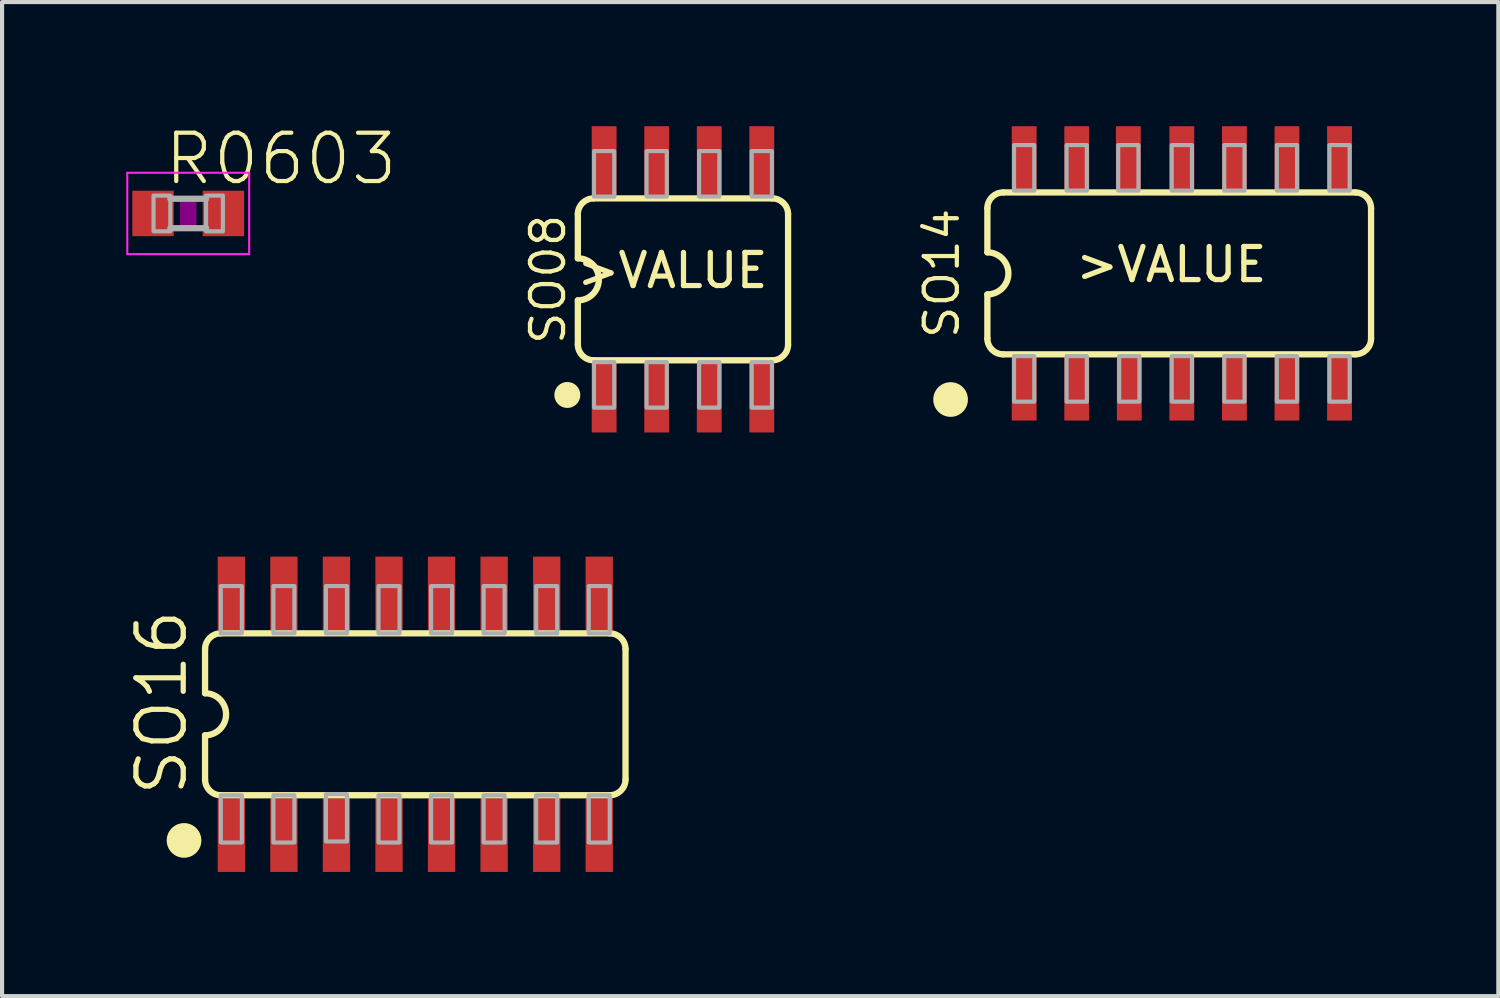
<source format=kicad_pcb>
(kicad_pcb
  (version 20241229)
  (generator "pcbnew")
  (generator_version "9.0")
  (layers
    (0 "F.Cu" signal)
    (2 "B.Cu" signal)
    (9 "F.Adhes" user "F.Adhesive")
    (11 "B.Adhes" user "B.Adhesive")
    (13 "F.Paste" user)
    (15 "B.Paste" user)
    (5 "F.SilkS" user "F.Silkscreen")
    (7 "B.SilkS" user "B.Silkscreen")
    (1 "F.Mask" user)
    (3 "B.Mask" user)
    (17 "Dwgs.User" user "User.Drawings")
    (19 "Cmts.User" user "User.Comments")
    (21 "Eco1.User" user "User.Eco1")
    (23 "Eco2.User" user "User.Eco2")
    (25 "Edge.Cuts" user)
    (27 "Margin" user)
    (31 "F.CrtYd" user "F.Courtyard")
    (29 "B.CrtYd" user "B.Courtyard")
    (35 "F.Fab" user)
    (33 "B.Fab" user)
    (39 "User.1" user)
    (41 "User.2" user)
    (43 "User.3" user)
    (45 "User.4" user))
  (footprint "SO16"
    (layer "F.Cu")
    (at 6.985 14.21)
    (property "Reference" "SO16" (at -5.461 2.032 90) (layer "F.SilkS") (effects (font (size 1.143 1.143) (thickness 0.127)) (justify left bottom)))
    (fp_line (start -5.08 -1.575) (end -5.08 -0.508) (stroke (width 0.152) (type solid)) (layer "F.SilkS"))
    (fp_line (start -5.08 0.508) (end -5.08 1.575) (stroke (width 0.152) (type solid)) (layer "F.SilkS"))
    (fp_line (start -4.699 1.956) (end 4.699 1.956) (stroke (width 0.152) (type solid)) (layer "F.SilkS"))
    (fp_line (start 4.699 -1.956) (end -4.699 -1.956) (stroke (width 0.152) (type solid)) (layer "F.SilkS"))
    (fp_line (start 5.08 1.575) (end 5.08 -1.575) (stroke (width 0.152) (type solid)) (layer "F.SilkS"))
    (fp_arc (start -5.08 -1.5748) (mid -4.968408 -1.844208) (end -4.699 -1.9558) (stroke (width 0.1524) (type solid)) (layer "F.SilkS"))
    (fp_arc (start -5.08 -0.508) (mid -4.572 0) (end -5.08 0.508) (stroke (width 0.1524) (type solid)) (layer "F.SilkS"))
    (fp_arc (start -4.699 1.9558) (mid -4.968408 1.844208) (end -5.08 1.5748) (stroke (width 0.1524) (type solid)) (layer "F.SilkS"))
    (fp_arc (start 4.699 -1.9558) (mid 4.968408 -1.844208) (end 5.08 -1.5748) (stroke (width 0.1524) (type solid)) (layer "F.SilkS"))
    (fp_arc (start 5.08 1.5748) (mid 4.968408 1.844208) (end 4.699 1.9558) (stroke (width 0.1524) (type solid)) (layer "F.SilkS"))
    (fp_circle (center -5.588 3.048) (end -5.229 3.048) (stroke (width 0.12) (type solid)) (fill yes) (layer "F.SilkS"))
    (fp_poly (pts (xy -4.699 -1.956) (xy -4.191 -1.956) (xy -4.191 -3.099) (xy -4.699 -3.099)) (stroke (width 0.1) (type solid)) (fill no) (layer "F.Fab"))
    (fp_poly (pts (xy -4.699 3.099) (xy -4.191 3.099) (xy -4.191 1.956) (xy -4.699 1.956)) (stroke (width 0.1) (type solid)) (fill no) (layer "F.Fab"))
    (fp_poly (pts (xy -3.429 -1.956) (xy -2.921 -1.956) (xy -2.921 -3.099) (xy -3.429 -3.099)) (stroke (width 0.1) (type solid)) (fill no) (layer "F.Fab"))
    (fp_poly (pts (xy -3.429 3.099) (xy -2.921 3.099) (xy -2.921 1.956) (xy -3.429 1.956)) (stroke (width 0.1) (type solid)) (fill no) (layer "F.Fab"))
    (fp_poly (pts (xy -2.159 -1.956) (xy -1.651 -1.956) (xy -1.651 -3.099) (xy -2.159 -3.099)) (stroke (width 0.1) (type solid)) (fill no) (layer "F.Fab"))
    (fp_poly (pts (xy -2.159 3.073) (xy -1.651 3.073) (xy -1.651 1.93) (xy -2.159 1.93)) (stroke (width 0.1) (type solid)) (fill no) (layer "F.Fab"))
    (fp_poly (pts (xy -0.889 -1.956) (xy -0.381 -1.956) (xy -0.381 -3.099) (xy -0.889 -3.099)) (stroke (width 0.1) (type solid)) (fill no) (layer "F.Fab"))
    (fp_poly (pts (xy -0.889 3.099) (xy -0.381 3.099) (xy -0.381 1.956) (xy -0.889 1.956)) (stroke (width 0.1) (type solid)) (fill no) (layer "F.Fab"))
    (fp_poly (pts (xy 0.381 -1.956) (xy 0.889 -1.956) (xy 0.889 -3.099) (xy 0.381 -3.099)) (stroke (width 0.1) (type solid)) (fill no) (layer "F.Fab"))
    (fp_poly (pts (xy 0.381 3.099) (xy 0.889 3.099) (xy 0.889 1.956) (xy 0.381 1.956)) (stroke (width 0.1) (type solid)) (fill no) (layer "F.Fab"))
    (fp_poly (pts (xy 1.651 -1.956) (xy 2.159 -1.956) (xy 2.159 -3.099) (xy 1.651 -3.099)) (stroke (width 0.1) (type solid)) (fill no) (layer "F.Fab"))
    (fp_poly (pts (xy 1.651 3.099) (xy 2.159 3.099) (xy 2.159 1.956) (xy 1.651 1.956)) (stroke (width 0.1) (type solid)) (fill no) (layer "F.Fab"))
    (fp_poly (pts (xy 2.921 -1.956) (xy 3.429 -1.956) (xy 3.429 -3.099) (xy 2.921 -3.099)) (stroke (width 0.1) (type solid)) (fill no) (layer "F.Fab"))
    (fp_poly (pts (xy 2.921 3.099) (xy 3.429 3.099) (xy 3.429 1.956) (xy 2.921 1.956)) (stroke (width 0.1) (type solid)) (fill no) (layer "F.Fab"))
    (fp_poly (pts (xy 4.191 -1.956) (xy 4.699 -1.956) (xy 4.699 -3.099) (xy 4.191 -3.099)) (stroke (width 0.1) (type solid)) (fill no) (layer "F.Fab"))
    (fp_poly (pts (xy 4.191 3.099) (xy 4.699 3.099) (xy 4.699 1.956) (xy 4.191 1.956)) (stroke (width 0.1) (type solid)) (fill no) (layer "F.Fab"))
    (pad "1" smd rect (at -4.445 2.921) (size 0.66 1.778) (layers "F.Cu" "F.Mask" "F.Paste"))
    (pad "2" smd rect (at -3.175 2.921) (size 0.66 1.778) (layers "F.Cu" "F.Mask" "F.Paste"))
    (pad "3" smd rect (at -1.905 2.921) (size 0.66 1.778) (layers "F.Cu" "F.Mask" "F.Paste"))
    (pad "4" smd rect (at -0.635 2.921) (size 0.66 1.778) (layers "F.Cu" "F.Mask" "F.Paste"))
    (pad "5" smd rect (at 0.635 2.921) (size 0.66 1.778) (layers "F.Cu" "F.Mask" "F.Paste"))
    (pad "6" smd rect (at 1.905 2.921) (size 0.66 1.778) (layers "F.Cu" "F.Mask" "F.Paste"))
    (pad "7" smd rect (at 3.175 2.921) (size 0.66 1.778) (layers "F.Cu" "F.Mask" "F.Paste"))
    (pad "8" smd rect (at 4.445 2.921) (size 0.66 1.778) (layers "F.Cu" "F.Mask" "F.Paste"))
    (pad "9" smd rect (at 4.445 -2.921) (size 0.66 1.778) (layers "F.Cu" "F.Mask" "F.Paste"))
    (pad "10" smd rect (at 3.175 -2.921) (size 0.66 1.778) (layers "F.Cu" "F.Mask" "F.Paste"))
    (pad "11" smd rect (at 1.905 -2.921) (size 0.66 1.778) (layers "F.Cu" "F.Mask" "F.Paste"))
    (pad "12" smd rect (at 0.635 -2.921) (size 0.66 1.778) (layers "F.Cu" "F.Mask" "F.Paste"))
    (pad "13" smd rect (at -0.635 -2.921) (size 0.66 1.778) (layers "F.Cu" "F.Mask" "F.Paste"))
    (pad "14" smd rect (at -1.905 -2.921) (size 0.66 1.778) (layers "F.Cu" "F.Mask" "F.Paste"))
    (pad "15" smd rect (at -3.175 -2.921) (size 0.66 1.778) (layers "F.Cu" "F.Mask" "F.Paste"))
    (pad "16" smd rect (at -4.445 -2.921) (size 0.66 1.778) (layers "F.Cu" "F.Mask" "F.Paste")))
  (footprint "SO08"
    (layer "F.Cu")
    (at 13.453 3.7)
    (property "Reference" "SO08" (at -2.794 0 90) (layer "F.SilkS") (effects (font (size 0.8 0.8) (thickness 0.102)) (justify bottom)))
    (property "Value" ">VALUE" (at -0.254 0.254 180) (layer "F.Fab") (hide yes) (effects (font (size 0.8 0.8) (thickness 0.102)) (justify bottom)))
    (fp_line (start -2.54 -1.575) (end -2.54 -0.508) (stroke (width 0.152) (type solid)) (layer "F.SilkS"))
    (fp_line (start -2.54 0.508) (end -2.54 1.575) (stroke (width 0.152) (type solid)) (layer "F.SilkS"))
    (fp_line (start -2.159 -1.956) (end 2.159 -1.956) (stroke (width 0.152) (type solid)) (layer "F.SilkS"))
    (fp_line (start -2.159 1.956) (end 2.159 1.956) (stroke (width 0.152) (type solid)) (layer "F.SilkS"))
    (fp_line (start 2.54 1.575) (end 2.54 -1.575) (stroke (width 0.152) (type solid)) (layer "F.SilkS"))
    (fp_arc (start -2.54 -1.5748) (mid -2.428408 -1.844208) (end -2.159 -1.9558) (stroke (width 0.1524) (type solid)) (layer "F.SilkS"))
    (fp_arc (start -2.54 -0.508) (mid -2.032 0) (end -2.54 0.508) (stroke (width 0.1524) (type solid)) (layer "F.SilkS"))
    (fp_arc (start -2.159 1.9558) (mid -2.428408 1.844208) (end -2.54 1.5748) (stroke (width 0.1524) (type solid)) (layer "F.SilkS"))
    (fp_arc (start 2.159 -1.9558) (mid 2.428408 -1.844208) (end 2.54 -1.5748) (stroke (width 0.1524) (type solid)) (layer "F.SilkS"))
    (fp_arc (start 2.54 1.5748) (mid 2.428408 1.844208) (end 2.159 1.9558) (stroke (width 0.1524) (type solid)) (layer "F.SilkS"))
    (fp_circle (center -2.794 2.794) (end -2.54 2.794) (stroke (width 0.12) (type solid)) (fill yes) (layer "F.SilkS"))
    (fp_poly (pts (xy -2.15 -2) (xy -1.66 -2) (xy -1.66 -3.1) (xy -2.15 -3.1)) (stroke (width 0.1) (type solid)) (fill no) (layer "F.Fab"))
    (fp_poly (pts (xy -2.15 3.1) (xy -1.66 3.1) (xy -1.66 2) (xy -2.15 2)) (stroke (width 0.1) (type solid)) (fill no) (layer "F.Fab"))
    (fp_poly (pts (xy -0.88 -2) (xy -0.39 -2) (xy -0.39 -3.1) (xy -0.88 -3.1)) (stroke (width 0.1) (type solid)) (fill no) (layer "F.Fab"))
    (fp_poly (pts (xy -0.88 3.1) (xy -0.39 3.1) (xy -0.39 2) (xy -0.88 2)) (stroke (width 0.1) (type solid)) (fill no) (layer "F.Fab"))
    (fp_poly (pts (xy 0.39 -2) (xy 0.88 -2) (xy 0.88 -3.1) (xy 0.39 -3.1)) (stroke (width 0.1) (type solid)) (fill no) (layer "F.Fab"))
    (fp_poly (pts (xy 0.39 3.1) (xy 0.88 3.1) (xy 0.88 2) (xy 0.39 2)) (stroke (width 0.1) (type solid)) (fill no) (layer "F.Fab"))
    (fp_poly (pts (xy 1.66 -2) (xy 2.15 -2) (xy 2.15 -3.1) (xy 1.66 -3.1)) (stroke (width 0.1) (type solid)) (fill no) (layer "F.Fab"))
    (fp_poly (pts (xy 1.66 3.1) (xy 2.15 3.1) (xy 2.15 2) (xy 1.66 2)) (stroke (width 0.1) (type solid)) (fill no) (layer "F.Fab"))
    (fp_text user "${VALUE}" (at -0.254 0.254 0) (layer "F.SilkS") (effects (font (size 0.8 0.8) (thickness 0.127)) (justify bottom)))
    (pad "1" smd rect (at -1.905 2.866) (size 0.6 1.668) (layers "F.Cu" "F.Mask" "F.Paste"))
    (pad "2" smd rect (at -0.635 2.866) (size 0.6 1.668) (layers "F.Cu" "F.Mask" "F.Paste"))
    (pad "3" smd rect (at 0.635 2.866) (size 0.6 1.668) (layers "F.Cu" "F.Mask" "F.Paste"))
    (pad "4" smd rect (at 1.905 2.866) (size 0.6 1.668) (layers "F.Cu" "F.Mask" "F.Paste"))
    (pad "5" smd rect (at 1.905 -2.866) (size 0.6 1.668) (layers "F.Cu" "F.Mask" "F.Paste"))
    (pad "6" smd rect (at 0.635 -2.866) (size 0.6 1.668) (layers "F.Cu" "F.Mask" "F.Paste"))
    (pad "7" smd rect (at -0.635 -2.866) (size 0.6 1.668) (layers "F.Cu" "F.Mask" "F.Paste"))
    (pad "8" smd rect (at -1.905 -2.866) (size 0.6 1.668) (layers "F.Cu" "F.Mask" "F.Paste")))
  (footprint "SO14"
    (layer "F.Cu")
    (at 25.508 3.556)
    (property "Reference" "SO14" (at -5.334 0 90) (layer "F.SilkS") (effects (font (size 0.8 0.8) (thickness 0.102)) (justify bottom)))
    (property "Value" ">VALUE" (at -0.254 0.254 180) (layer "F.Fab") (hide yes) (effects (font (size 0.8 0.8) (thickness 0.102)) (justify bottom)))
    (fp_line (start -4.699 -1.575) (end -4.699 -0.508) (stroke (width 0.152) (type solid)) (layer "F.SilkS"))
    (fp_line (start -4.699 0.508) (end -4.699 1.575) (stroke (width 0.152) (type solid)) (layer "F.SilkS"))
    (fp_line (start -4.318 1.956) (end 4.191 1.956) (stroke (width 0.152) (type solid)) (layer "F.SilkS"))
    (fp_line (start 4.191 -1.956) (end -4.318 -1.956) (stroke (width 0.152) (type solid)) (layer "F.SilkS"))
    (fp_line (start 4.572 1.575) (end 4.572 -1.575) (stroke (width 0.152) (type solid)) (layer "F.SilkS"))
    (fp_arc (start -4.699 -1.5748) (mid -4.587408 -1.844208) (end -4.318 -1.9558) (stroke (width 0.1524) (type solid)) (layer "F.SilkS"))
    (fp_arc (start -4.699 -0.508) (mid -4.191 0) (end -4.699 0.508) (stroke (width 0.1524) (type solid)) (layer "F.SilkS"))
    (fp_arc (start -4.318 1.9558) (mid -4.587408 1.844208) (end -4.699 1.5748) (stroke (width 0.1524) (type solid)) (layer "F.SilkS"))
    (fp_arc (start 4.191 -1.9558) (mid 4.460408 -1.844208) (end 4.572 -1.5748) (stroke (width 0.1524) (type solid)) (layer "F.SilkS"))
    (fp_arc (start 4.572 1.5748) (mid 4.460408 1.844208) (end 4.191 1.9558) (stroke (width 0.1524) (type solid)) (layer "F.SilkS"))
    (fp_circle (center -5.588 3.048) (end -5.229 3.048) (stroke (width 0.12) (type solid)) (fill yes) (layer "F.SilkS"))
    (fp_poly (pts (xy -4.055 -2) (xy -3.565 -2) (xy -3.565 -3.1) (xy -4.055 -3.1)) (stroke (width 0.1) (type solid)) (fill no) (layer "F.Fab"))
    (fp_poly (pts (xy -4.055 3.1) (xy -3.565 3.1) (xy -3.565 2) (xy -4.055 2)) (stroke (width 0.1) (type solid)) (fill no) (layer "F.Fab"))
    (fp_poly (pts (xy -2.785 -2) (xy -2.295 -2) (xy -2.295 -3.1) (xy -2.785 -3.1)) (stroke (width 0.1) (type solid)) (fill no) (layer "F.Fab"))
    (fp_poly (pts (xy -2.785 3.1) (xy -2.295 3.1) (xy -2.295 2) (xy -2.785 2)) (stroke (width 0.1) (type solid)) (fill no) (layer "F.Fab"))
    (fp_poly (pts (xy -1.538 -2) (xy -1.048 -2) (xy -1.048 -3.1) (xy -1.538 -3.1)) (stroke (width 0.1) (type solid)) (fill no) (layer "F.Fab"))
    (fp_poly (pts (xy -1.515 3.1) (xy -1.025 3.1) (xy -1.025 2) (xy -1.515 2)) (stroke (width 0.1) (type solid)) (fill no) (layer "F.Fab"))
    (fp_poly (pts (xy -0.245 -2) (xy 0.245 -2) (xy 0.245 -3.1) (xy -0.245 -3.1)) (stroke (width 0.1) (type solid)) (fill no) (layer "F.Fab"))
    (fp_poly (pts (xy -0.245 3.1) (xy 0.245 3.1) (xy 0.245 2) (xy -0.245 2)) (stroke (width 0.1) (type solid)) (fill no) (layer "F.Fab"))
    (fp_poly (pts (xy 1.025 -2) (xy 1.515 -2) (xy 1.515 -3.1) (xy 1.025 -3.1)) (stroke (width 0.1) (type solid)) (fill no) (layer "F.Fab"))
    (fp_poly (pts (xy 1.025 3.1) (xy 1.515 3.1) (xy 1.515 2) (xy 1.025 2)) (stroke (width 0.1) (type solid)) (fill no) (layer "F.Fab"))
    (fp_poly (pts (xy 2.295 -2) (xy 2.785 -2) (xy 2.785 -3.1) (xy 2.295 -3.1)) (stroke (width 0.1) (type solid)) (fill no) (layer "F.Fab"))
    (fp_poly (pts (xy 2.295 3.1) (xy 2.785 3.1) (xy 2.785 2) (xy 2.295 2)) (stroke (width 0.1) (type solid)) (fill no) (layer "F.Fab"))
    (fp_poly (pts (xy 3.565 -2) (xy 4.055 -2) (xy 4.055 -3.1) (xy 3.565 -3.1)) (stroke (width 0.1) (type solid)) (fill no) (layer "F.Fab"))
    (fp_poly (pts (xy 3.565 3.1) (xy 4.055 3.1) (xy 4.055 2) (xy 3.565 2)) (stroke (width 0.1) (type solid)) (fill no) (layer "F.Fab"))
    (fp_text user "${VALUE}" (at -0.254 0.254 0) (layer "F.SilkS") (effects (font (size 0.8 0.8) (thickness 0.127)) (justify bottom)))
    (pad "1" smd rect (at -3.81 2.794) (size 0.6 1.524) (layers "F.Cu" "F.Mask" "F.Paste"))
    (pad "2" smd rect (at -2.54 2.794) (size 0.6 1.524) (layers "F.Cu" "F.Mask" "F.Paste"))
    (pad "3" smd rect (at -1.27 2.794) (size 0.6 1.524) (layers "F.Cu" "F.Mask" "F.Paste"))
    (pad "4" smd rect (at 0 2.794) (size 0.6 1.524) (layers "F.Cu" "F.Mask" "F.Paste"))
    (pad "5" smd rect (at 1.27 2.794) (size 0.6 1.524) (layers "F.Cu" "F.Mask" "F.Paste"))
    (pad "6" smd rect (at 2.54 2.794) (size 0.6 1.524) (layers "F.Cu" "F.Mask" "F.Paste"))
    (pad "7" smd rect (at 3.81 2.794) (size 0.6 1.524) (layers "F.Cu" "F.Mask" "F.Paste"))
    (pad "8" smd rect (at 3.81 -2.794) (size 0.6 1.524) (layers "F.Cu" "F.Mask" "F.Paste"))
    (pad "9" smd rect (at 2.54 -2.794) (size 0.6 1.524) (layers "F.Cu" "F.Mask" "F.Paste"))
    (pad "10" smd rect (at 1.27 -2.794) (size 0.6 1.524) (layers "F.Cu" "F.Mask" "F.Paste"))
    (pad "11" smd rect (at 0 -2.794) (size 0.6 1.524) (layers "F.Cu" "F.Mask" "F.Paste"))
    (pad "12" smd rect (at -1.293 -2.794) (size 0.6 1.524) (layers "F.Cu" "F.Mask" "F.Paste"))
    (pad "13" smd rect (at -2.54 -2.794) (size 0.6 1.524) (layers "F.Cu" "F.Mask" "F.Paste"))
    (pad "14" smd rect (at -3.81 -2.794) (size 0.6 1.524) (layers "F.Cu" "F.Mask" "F.Paste")))
  (footprint "R0603"
    (layer "F.Cu")
    (at 1.498 2.108)
    (property "Reference" "R0603" (at -0.635 -0.635 0) (layer "F.SilkS") (effects (font (size 1.168 1.168) (thickness 0.102)) (justify left bottom)))
    (fp_poly (pts (xy -0.2 0.4) (xy 0.2 0.4) (xy 0.2 -0.4) (xy -0.2 -0.4)) (stroke (width 0) (type solid)) (fill yes) (layer "F.Adhes"))
    (fp_line (start -1.473 -0.983) (end 1.473 -0.983) (stroke (width 0.051) (type solid)) (layer "F.CrtYd"))
    (fp_line (start -1.473 0.983) (end -1.473 -0.983) (stroke (width 0.051) (type solid)) (layer "F.CrtYd"))
    (fp_line (start 1.473 -0.983) (end 1.473 0.983) (stroke (width 0.051) (type solid)) (layer "F.CrtYd"))
    (fp_line (start 1.473 0.983) (end -1.473 0.983) (stroke (width 0.051) (type solid)) (layer "F.CrtYd"))
    (fp_line (start -0.432 0.356) (end 0.432 0.356) (stroke (width 0.152) (type solid)) (layer "F.Fab"))
    (fp_line (start 0.432 -0.356) (end -0.432 -0.356) (stroke (width 0.152) (type solid)) (layer "F.Fab"))
    (fp_poly (pts (xy -0.838 0.432) (xy -0.432 0.432) (xy -0.432 -0.432) (xy -0.838 -0.432)) (stroke (width 0.1) (type solid)) (fill no) (layer "F.Fab"))
    (fp_poly (pts (xy 0.432 0.432) (xy 0.838 0.432) (xy 0.838 -0.432) (xy 0.432 -0.432)) (stroke (width 0.1) (type solid)) (fill no) (layer "F.Fab"))
    (pad "1" smd rect (at -0.85 0) (size 1 1.1) (layers "F.Cu" "F.Mask" "F.Paste"))
    (pad "2" smd rect (at 0.85 0) (size 1 1.1) (layers "F.Cu" "F.Mask" "F.Paste")))
  (gr_rect
    (start -3 -3)
    (end 33.156 21.02)
    (stroke (width 0.1) (type default))
    (fill no)
    (layer "Edge.Cuts")))
</source>
